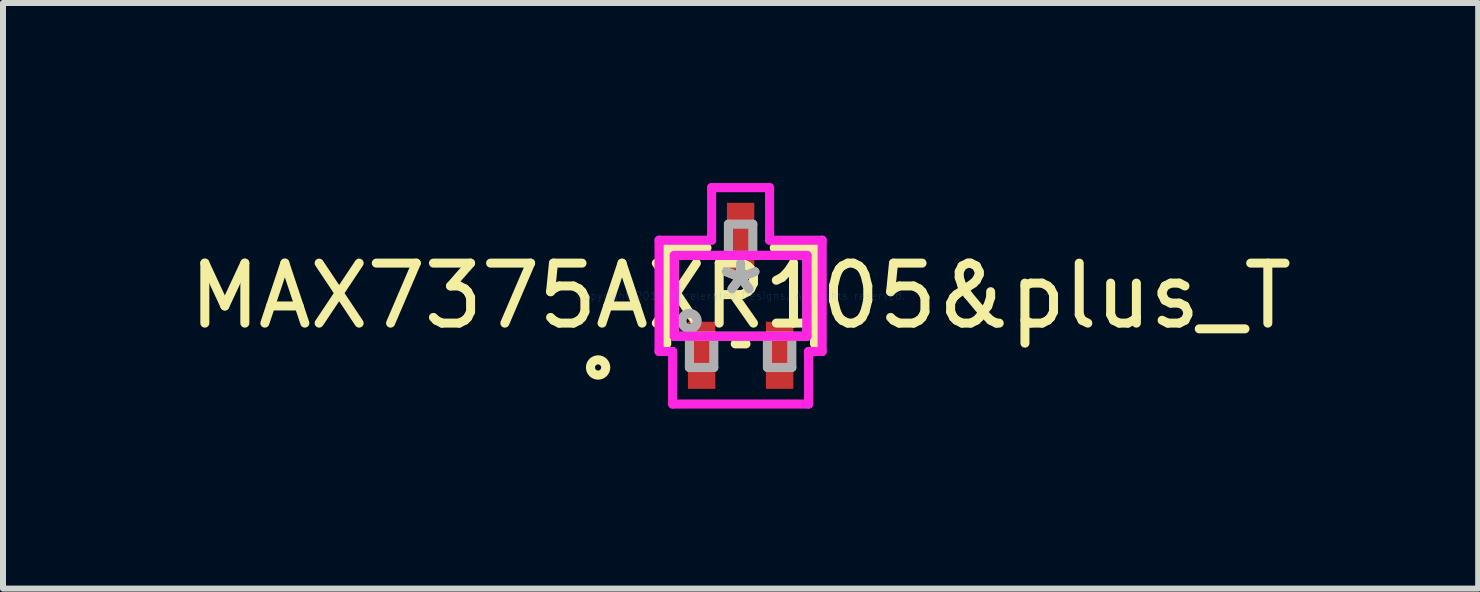
<source format=kicad_pcb>
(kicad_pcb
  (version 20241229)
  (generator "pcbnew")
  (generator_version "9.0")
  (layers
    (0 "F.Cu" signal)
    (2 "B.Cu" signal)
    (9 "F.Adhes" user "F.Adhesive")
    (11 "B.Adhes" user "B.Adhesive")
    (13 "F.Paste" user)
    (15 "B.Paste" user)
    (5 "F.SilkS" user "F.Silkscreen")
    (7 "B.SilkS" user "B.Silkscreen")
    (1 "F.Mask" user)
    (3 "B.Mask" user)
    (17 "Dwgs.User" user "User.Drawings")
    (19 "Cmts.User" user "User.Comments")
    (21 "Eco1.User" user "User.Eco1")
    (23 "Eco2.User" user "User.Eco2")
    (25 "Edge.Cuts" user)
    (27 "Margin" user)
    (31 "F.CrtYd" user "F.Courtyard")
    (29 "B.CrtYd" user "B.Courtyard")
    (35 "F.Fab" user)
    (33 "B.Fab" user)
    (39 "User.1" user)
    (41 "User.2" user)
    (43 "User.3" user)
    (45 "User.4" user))
  (footprint "MAX7375AXR105&plus_T"
    (layer "F.Cu")
    (at 9.292 1.88)
    (property "Reference" "MAX7375AXR105&plus_T" (at 0 0 0) (layer "F.SilkS") (effects (font (size 1 1) (thickness 0.15))))
    (attr through_hole)
    (fp_line (start -1.232 -0.8) (end -1.232 0.8) (stroke (width 0.152) (type solid)) (layer "F.SilkS"))
    (fp_line (start -0.561 -0.8) (end -1.232 -0.8) (stroke (width 0.152) (type solid)) (layer "F.SilkS"))
    (fp_line (start -0.089 0.8) (end 0.089 0.8) (stroke (width 0.152) (type solid)) (layer "F.SilkS"))
    (fp_line (start 1.232 -0.8) (end 0.561 -0.8) (stroke (width 0.152) (type solid)) (layer "F.SilkS"))
    (fp_line (start 1.232 0.8) (end 1.232 -0.8) (stroke (width 0.152) (type solid)) (layer "F.SilkS"))
    (fp_circle (center -2.375 1.194) (end -2.248 1.194) (stroke (width 0.152) (type solid)) (fill no) (layer "F.SilkS"))
    (fp_line (start -1.359 -0.927) (end -0.483 -0.927) (stroke (width 0.152) (type solid)) (layer "F.CrtYd"))
    (fp_line (start -1.359 0.927) (end -1.359 -0.927) (stroke (width 0.152) (type solid)) (layer "F.CrtYd"))
    (fp_line (start -1.133 0.927) (end -1.359 0.927) (stroke (width 0.152) (type solid)) (layer "F.CrtYd"))
    (fp_line (start -1.133 1.803) (end -1.133 0.927) (stroke (width 0.152) (type solid)) (layer "F.CrtYd"))
    (fp_line (start -1.105 -0.673) (end 1.105 -0.673) (stroke (width 0.152) (type solid)) (layer "F.CrtYd"))
    (fp_line (start -1.105 0.673) (end -1.105 -0.673) (stroke (width 0.152) (type solid)) (layer "F.CrtYd"))
    (fp_line (start -0.483 -1.803) (end 0.483 -1.803) (stroke (width 0.152) (type solid)) (layer "F.CrtYd"))
    (fp_line (start -0.483 -0.927) (end -0.483 -1.803) (stroke (width 0.152) (type solid)) (layer "F.CrtYd"))
    (fp_line (start 0.483 -1.803) (end 0.483 -0.927) (stroke (width 0.152) (type solid)) (layer "F.CrtYd"))
    (fp_line (start 0.483 -0.927) (end 1.359 -0.927) (stroke (width 0.152) (type solid)) (layer "F.CrtYd"))
    (fp_line (start 1.105 -0.673) (end 1.105 0.673) (stroke (width 0.152) (type solid)) (layer "F.CrtYd"))
    (fp_line (start 1.105 0.673) (end -1.105 0.673) (stroke (width 0.152) (type solid)) (layer "F.CrtYd"))
    (fp_line (start 1.133 0.927) (end 1.133 1.803) (stroke (width 0.152) (type solid)) (layer "F.CrtYd"))
    (fp_line (start 1.133 1.803) (end -1.133 1.803) (stroke (width 0.152) (type solid)) (layer "F.CrtYd"))
    (fp_line (start 1.359 -0.927) (end 1.359 0.927) (stroke (width 0.152) (type solid)) (layer "F.CrtYd"))
    (fp_line (start 1.359 0.927) (end 1.133 0.927) (stroke (width 0.152) (type solid)) (layer "F.CrtYd"))
    (fp_line (start -1.105 -0.673) (end -1.105 0.673) (stroke (width 0.152) (type solid)) (layer "F.Fab"))
    (fp_line (start -1.105 0.673) (end 1.105 0.673) (stroke (width 0.152) (type solid)) (layer "F.Fab"))
    (fp_line (start -0.853 0.673) (end -0.853 1.194) (stroke (width 0.152) (type solid)) (layer "F.Fab"))
    (fp_line (start -0.853 1.194) (end -0.447 1.194) (stroke (width 0.152) (type solid)) (layer "F.Fab"))
    (fp_line (start -0.447 0.673) (end -0.853 0.673) (stroke (width 0.152) (type solid)) (layer "F.Fab"))
    (fp_line (start -0.447 1.194) (end -0.447 0.673) (stroke (width 0.152) (type solid)) (layer "F.Fab"))
    (fp_line (start -0.203 -1.194) (end -0.203 -0.673) (stroke (width 0.152) (type solid)) (layer "F.Fab"))
    (fp_line (start -0.203 -0.673) (end 0.203 -0.673) (stroke (width 0.152) (type solid)) (layer "F.Fab"))
    (fp_line (start 0.203 -1.194) (end -0.203 -1.194) (stroke (width 0.152) (type solid)) (layer "F.Fab"))
    (fp_line (start 0.203 -0.673) (end 0.203 -1.194) (stroke (width 0.152) (type solid)) (layer "F.Fab"))
    (fp_line (start 0.447 0.673) (end 0.447 1.194) (stroke (width 0.152) (type solid)) (layer "F.Fab"))
    (fp_line (start 0.447 1.194) (end 0.853 1.194) (stroke (width 0.152) (type solid)) (layer "F.Fab"))
    (fp_line (start 0.853 0.673) (end 0.447 0.673) (stroke (width 0.152) (type solid)) (layer "F.Fab"))
    (fp_line (start 0.853 1.194) (end 0.853 0.673) (stroke (width 0.152) (type solid)) (layer "F.Fab"))
    (fp_line (start 1.105 -0.673) (end -1.105 -0.673) (stroke (width 0.152) (type solid)) (layer "F.Fab"))
    (fp_line (start 1.105 0.673) (end 1.105 -0.673) (stroke (width 0.152) (type solid)) (layer "F.Fab"))
    (fp_circle (center -0.851 0.419) (end -0.724 0.419) (stroke (width 0.152) (type solid)) (fill no) (layer "F.Fab"))
    (fp_text user "*" (at 0 0 0) (layer "F.SilkS") (effects (font (size 1 1) (thickness 0.15))))
    (fp_text user "Copyright 2016 Accelerated Designs. All rights reserved." (at 0 0 0) (layer "Cmts.User") (effects (font (size 0.127 0.127) (thickness 0.002))))
    (fp_text user "*" (at 0 0 0) (layer "F.Fab") (effects (font (size 1 1) (thickness 0.15))))
    (pad "1" smd rect (at -0.65 0.991) (size 0.457 1.118) (layers "F.Cu" "F.Mask" "F.Paste"))
    (pad "2" smd rect (at 0.65 0.991) (size 0.457 1.118) (layers "F.Cu" "F.Mask" "F.Paste"))
    (pad "3" smd rect (at 0 -0.991) (size 0.457 1.118) (layers "F.Cu" "F.Mask" "F.Paste")))
  (gr_rect
    (start -3 -3)
    (end 21.583 6.759)
    (stroke (width 0.1) (type default))
    (fill no)
    (layer "Edge.Cuts")))
</source>
